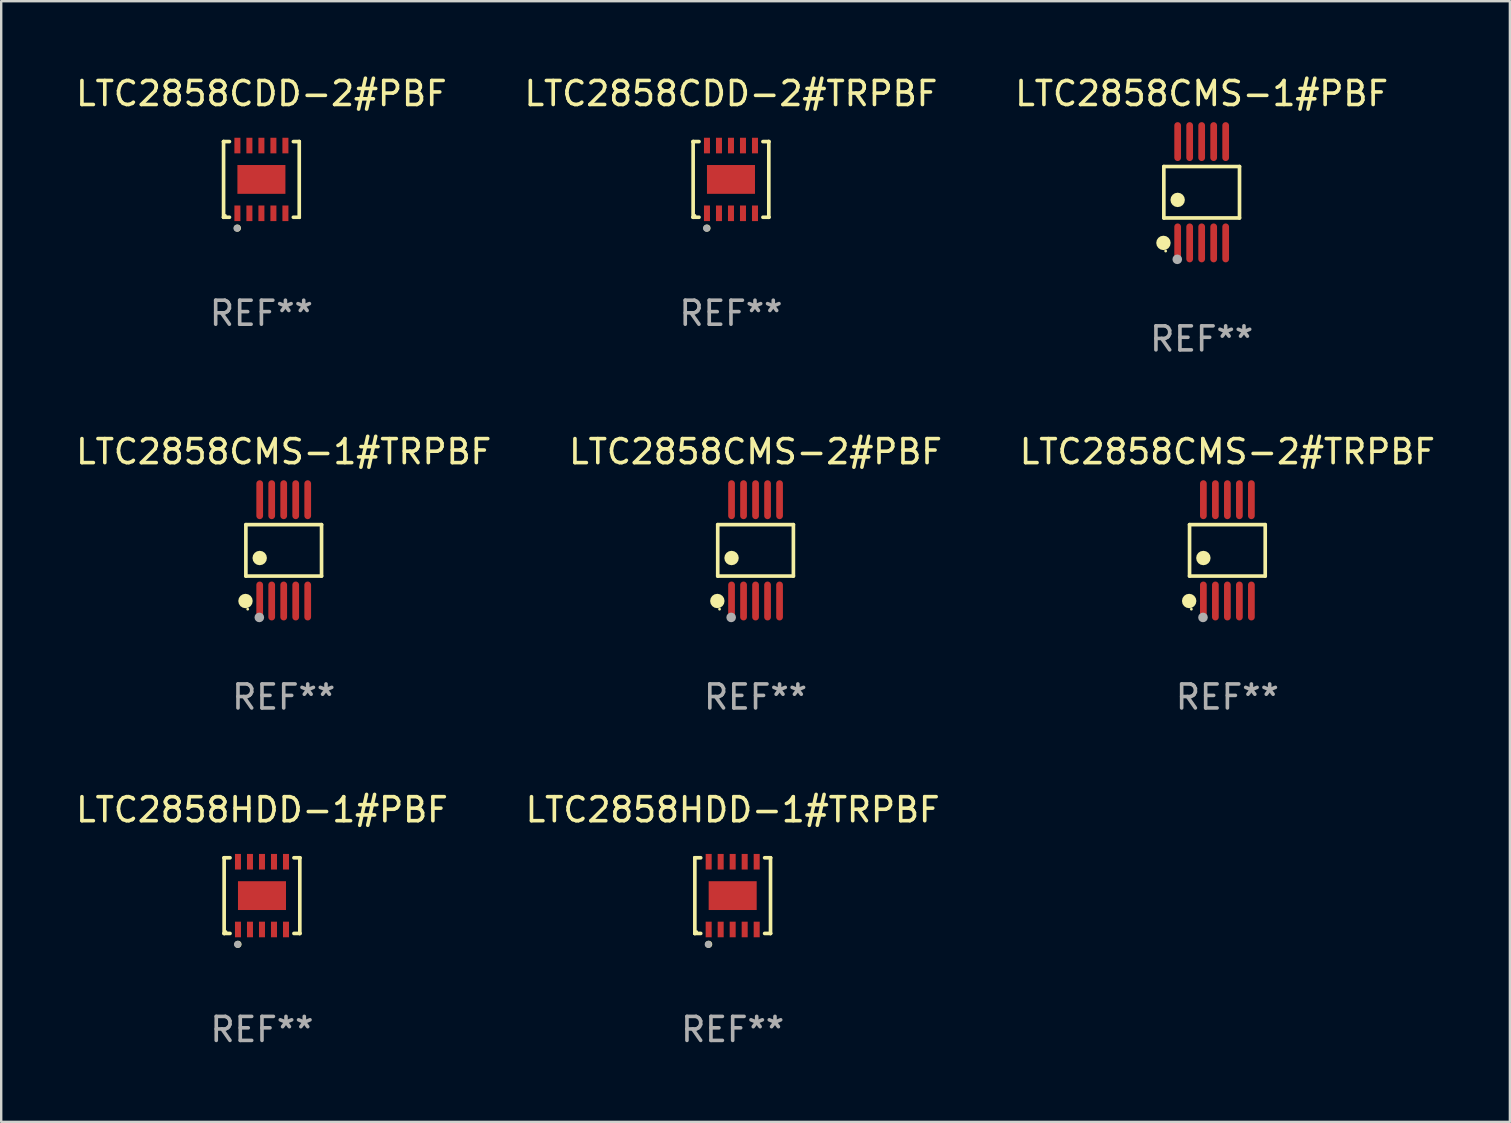
<source format=kicad_pcb>
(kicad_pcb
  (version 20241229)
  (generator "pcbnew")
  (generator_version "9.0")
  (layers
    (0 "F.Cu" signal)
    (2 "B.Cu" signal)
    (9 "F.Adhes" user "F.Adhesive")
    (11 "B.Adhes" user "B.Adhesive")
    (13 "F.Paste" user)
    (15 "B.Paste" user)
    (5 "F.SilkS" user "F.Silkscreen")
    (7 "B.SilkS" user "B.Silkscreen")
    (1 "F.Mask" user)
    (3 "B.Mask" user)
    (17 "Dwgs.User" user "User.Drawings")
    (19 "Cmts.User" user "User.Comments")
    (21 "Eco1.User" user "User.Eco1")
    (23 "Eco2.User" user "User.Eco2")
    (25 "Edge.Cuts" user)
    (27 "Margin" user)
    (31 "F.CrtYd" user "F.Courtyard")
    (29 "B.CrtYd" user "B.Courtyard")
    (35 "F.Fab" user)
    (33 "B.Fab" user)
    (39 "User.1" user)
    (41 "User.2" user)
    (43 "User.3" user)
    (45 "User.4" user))
  (footprint "LTC2858CMS-1#PBF"
    (layer "F.Cu")
    (at 47.006 4.958)
    (property "Reference" "LTC2858CMS-1#PBF" (at 0 -4.11 0) (layer "F.SilkS") (effects (font (size 1 1) (thickness 0.15))))
    (attr through_hole)
    (fp_line (start -1.576 -1.071) (end 1.576 -1.071) (stroke (width 0.152) (type solid)) (layer "F.SilkS"))
    (fp_line (start -1.576 1.071) (end -1.576 -1.071) (stroke (width 0.152) (type solid)) (layer "F.SilkS"))
    (fp_line (start 1.576 -1.071) (end 1.576 1.071) (stroke (width 0.152) (type solid)) (layer "F.SilkS"))
    (fp_line (start 1.576 1.071) (end -1.576 1.071) (stroke (width 0.152) (type solid)) (layer "F.SilkS"))
    (fp_circle (center -1.592 2.11) (end -1.442 2.11) (stroke (width 0.3) (type solid)) (fill no) (layer "F.SilkS"))
    (fp_circle (center -1.5 2.45) (end -1.47 2.45) (stroke (width 0.06) (type solid)) (fill no) (layer "F.SilkS"))
    (fp_circle (center -1 0.319) (end -0.85 0.319) (stroke (width 0.3) (type solid)) (fill no) (layer "F.SilkS"))
    (fp_circle (center -1.016 2.794) (end -0.916 2.794) (stroke (width 0.2) (type solid)) (fill no) (layer "F.Fab"))
    (fp_text user "REF**" (at 0 6.11 0) (layer "F.Fab") (effects (font (size 1 1) (thickness 0.15))))
    (pad "1" smd oval (at -1 2.11) (size 0.28 1.62) (layers "F.Cu" "F.Mask" "F.Paste"))
    (pad "2" smd oval (at -0.5 2.11) (size 0.28 1.62) (layers "F.Cu" "F.Mask" "F.Paste"))
    (pad "3" smd oval (at 0 2.11) (size 0.28 1.62) (layers "F.Cu" "F.Mask" "F.Paste"))
    (pad "4" smd oval (at 0.5 2.11) (size 0.28 1.62) (layers "F.Cu" "F.Mask" "F.Paste"))
    (pad "5" smd oval (at 1 2.11) (size 0.28 1.62) (layers "F.Cu" "F.Mask" "F.Paste"))
    (pad "6" smd oval (at 1 -2.11) (size 0.28 1.62) (layers "F.Cu" "F.Mask" "F.Paste"))
    (pad "7" smd oval (at 0.5 -2.11) (size 0.28 1.62) (layers "F.Cu" "F.Mask" "F.Paste"))
    (pad "8" smd oval (at 0 -2.11) (size 0.28 1.62) (layers "F.Cu" "F.Mask" "F.Paste"))
    (pad "9" smd oval (at -0.5 -2.11) (size 0.28 1.62) (layers "F.Cu" "F.Mask" "F.Paste"))
    (pad "10" smd oval (at -1 -2.11) (size 0.28 1.62) (layers "F.Cu" "F.Mask" "F.Paste")))
  (footprint "LTC2858CMS-2#TRPBF"
    (layer "F.Cu")
    (at 48.077 19.875)
    (property "Reference" "LTC2858CMS-2#TRPBF" (at 0 -4.11 0) (layer "F.SilkS") (effects (font (size 1 1) (thickness 0.15))))
    (attr through_hole)
    (fp_line (start -1.576 -1.071) (end 1.576 -1.071) (stroke (width 0.152) (type solid)) (layer "F.SilkS"))
    (fp_line (start -1.576 1.071) (end -1.576 -1.071) (stroke (width 0.152) (type solid)) (layer "F.SilkS"))
    (fp_line (start 1.576 -1.071) (end 1.576 1.071) (stroke (width 0.152) (type solid)) (layer "F.SilkS"))
    (fp_line (start 1.576 1.071) (end -1.576 1.071) (stroke (width 0.152) (type solid)) (layer "F.SilkS"))
    (fp_circle (center -1.592 2.11) (end -1.442 2.11) (stroke (width 0.3) (type solid)) (fill no) (layer "F.SilkS"))
    (fp_circle (center -1.5 2.45) (end -1.47 2.45) (stroke (width 0.06) (type solid)) (fill no) (layer "F.SilkS"))
    (fp_circle (center -1 0.319) (end -0.85 0.319) (stroke (width 0.3) (type solid)) (fill no) (layer "F.SilkS"))
    (fp_circle (center -1.016 2.794) (end -0.916 2.794) (stroke (width 0.2) (type solid)) (fill no) (layer "F.Fab"))
    (fp_text user "REF**" (at 0 6.11 0) (layer "F.Fab") (effects (font (size 1 1) (thickness 0.15))))
    (pad "1" smd oval (at -1 2.11) (size 0.28 1.62) (layers "F.Cu" "F.Mask" "F.Paste"))
    (pad "2" smd oval (at -0.5 2.11) (size 0.28 1.62) (layers "F.Cu" "F.Mask" "F.Paste"))
    (pad "3" smd oval (at 0 2.11) (size 0.28 1.62) (layers "F.Cu" "F.Mask" "F.Paste"))
    (pad "4" smd oval (at 0.5 2.11) (size 0.28 1.62) (layers "F.Cu" "F.Mask" "F.Paste"))
    (pad "5" smd oval (at 1 2.11) (size 0.28 1.62) (layers "F.Cu" "F.Mask" "F.Paste"))
    (pad "6" smd oval (at 1 -2.11) (size 0.28 1.62) (layers "F.Cu" "F.Mask" "F.Paste"))
    (pad "7" smd oval (at 0.5 -2.11) (size 0.28 1.62) (layers "F.Cu" "F.Mask" "F.Paste"))
    (pad "8" smd oval (at 0 -2.11) (size 0.28 1.62) (layers "F.Cu" "F.Mask" "F.Paste"))
    (pad "9" smd oval (at -0.5 -2.11) (size 0.28 1.62) (layers "F.Cu" "F.Mask" "F.Paste"))
    (pad "10" smd oval (at -1 -2.11) (size 0.28 1.62) (layers "F.Cu" "F.Mask" "F.Paste")))
  (footprint "LTC2858HDD-1#TRPBF"
    (layer "F.Cu")
    (at 27.47 34.257)
    (property "Reference" "LTC2858HDD-1#TRPBF" (at 0 -3.576 0) (layer "F.SilkS") (effects (font (size 1 1) (thickness 0.15))))
    (attr through_hole)
    (fp_line (start -1.576 -1.576) (end -1.576 -1.576) (stroke (width 0.152) (type solid)) (layer "F.SilkS"))
    (fp_line (start -1.576 -1.576) (end -1.331 -1.576) (stroke (width 0.152) (type solid)) (layer "F.SilkS"))
    (fp_line (start -1.576 1.576) (end -1.576 -1.576) (stroke (width 0.152) (type solid)) (layer "F.SilkS"))
    (fp_line (start -1.576 1.576) (end -1.576 1.576) (stroke (width 0.152) (type solid)) (layer "F.SilkS"))
    (fp_line (start -1.331 1.576) (end -1.576 1.576) (stroke (width 0.152) (type solid)) (layer "F.SilkS"))
    (fp_line (start 1.331 1.576) (end 1.576 1.576) (stroke (width 0.152) (type solid)) (layer "F.SilkS"))
    (fp_line (start 1.576 -1.576) (end 1.331 -1.576) (stroke (width 0.152) (type solid)) (layer "F.SilkS"))
    (fp_line (start 1.576 -1.576) (end 1.576 -1.576) (stroke (width 0.152) (type solid)) (layer "F.SilkS"))
    (fp_line (start 1.576 1.576) (end 1.576 -1.576) (stroke (width 0.152) (type solid)) (layer "F.SilkS"))
    (fp_line (start 1.576 1.576) (end 1.576 1.576) (stroke (width 0.152) (type solid)) (layer "F.SilkS"))
    (fp_circle (center -1.5 1.5) (end -1.47 1.5) (stroke (width 0.06) (type solid)) (fill no) (layer "F.SilkS"))
    (fp_circle (center -1 2.028) (end -0.925 2.028) (stroke (width 0.15) (type solid)) (fill no) (layer "F.SilkS"))
    (fp_circle (center -1.016 2.032) (end -0.941 2.032) (stroke (width 0.15) (type solid)) (fill no) (layer "F.Fab"))
    (fp_text user "REF**" (at 0 5.576 0) (layer "F.Fab") (effects (font (size 1 1) (thickness 0.15))))
    (pad "1" smd rect (at -1 1.411) (size 0.25 0.65) (layers "F.Cu" "F.Mask" "F.Paste"))
    (pad "2" smd rect (at -0.5 1.411) (size 0.25 0.65) (layers "F.Cu" "F.Mask" "F.Paste"))
    (pad "3" smd rect (at 0 1.411) (size 0.25 0.65) (layers "F.Cu" "F.Mask" "F.Paste"))
    (pad "4" smd rect (at 0.5 1.411) (size 0.25 0.65) (layers "F.Cu" "F.Mask" "F.Paste"))
    (pad "5" smd rect (at 1 1.411) (size 0.25 0.65) (layers "F.Cu" "F.Mask" "F.Paste"))
    (pad "6" smd rect (at 1 -1.411) (size 0.25 0.65) (layers "F.Cu" "F.Mask" "F.Paste"))
    (pad "7" smd rect (at 0.5 -1.411) (size 0.25 0.65) (layers "F.Cu" "F.Mask" "F.Paste"))
    (pad "8" smd rect (at 0 -1.411) (size 0.25 0.65) (layers "F.Cu" "F.Mask" "F.Paste"))
    (pad "9" smd rect (at -0.5 -1.411) (size 0.25 0.65) (layers "F.Cu" "F.Mask" "F.Paste"))
    (pad "10" smd rect (at -1 -1.411) (size 0.25 0.65) (layers "F.Cu" "F.Mask" "F.Paste"))
    (pad "11" smd rect (at 0 0) (size 2 1.2) (layers "F.Cu" "F.Mask" "F.Paste")))
  (footprint "LTC2858CDD-2#PBF"
    (layer "F.Cu")
    (at 7.839 4.424)
    (property "Reference" "LTC2858CDD-2#PBF" (at 0 -3.576 0) (layer "F.SilkS") (effects (font (size 1 1) (thickness 0.15))))
    (attr through_hole)
    (fp_line (start -1.576 -1.576) (end -1.576 -1.576) (stroke (width 0.152) (type solid)) (layer "F.SilkS"))
    (fp_line (start -1.576 -1.576) (end -1.331 -1.576) (stroke (width 0.152) (type solid)) (layer "F.SilkS"))
    (fp_line (start -1.576 1.576) (end -1.576 -1.576) (stroke (width 0.152) (type solid)) (layer "F.SilkS"))
    (fp_line (start -1.576 1.576) (end -1.576 1.576) (stroke (width 0.152) (type solid)) (layer "F.SilkS"))
    (fp_line (start -1.331 1.576) (end -1.576 1.576) (stroke (width 0.152) (type solid)) (layer "F.SilkS"))
    (fp_line (start 1.331 1.576) (end 1.576 1.576) (stroke (width 0.152) (type solid)) (layer "F.SilkS"))
    (fp_line (start 1.576 -1.576) (end 1.331 -1.576) (stroke (width 0.152) (type solid)) (layer "F.SilkS"))
    (fp_line (start 1.576 -1.576) (end 1.576 -1.576) (stroke (width 0.152) (type solid)) (layer "F.SilkS"))
    (fp_line (start 1.576 1.576) (end 1.576 -1.576) (stroke (width 0.152) (type solid)) (layer "F.SilkS"))
    (fp_line (start 1.576 1.576) (end 1.576 1.576) (stroke (width 0.152) (type solid)) (layer "F.SilkS"))
    (fp_circle (center -1.5 1.5) (end -1.47 1.5) (stroke (width 0.06) (type solid)) (fill no) (layer "F.SilkS"))
    (fp_circle (center -1 2.028) (end -0.925 2.028) (stroke (width 0.15) (type solid)) (fill no) (layer "F.SilkS"))
    (fp_circle (center -1.016 2.032) (end -0.941 2.032) (stroke (width 0.15) (type solid)) (fill no) (layer "F.Fab"))
    (fp_text user "REF**" (at 0 5.576 0) (layer "F.Fab") (effects (font (size 1 1) (thickness 0.15))))
    (pad "1" smd rect (at -1 1.411) (size 0.25 0.65) (layers "F.Cu" "F.Mask" "F.Paste"))
    (pad "2" smd rect (at -0.5 1.411) (size 0.25 0.65) (layers "F.Cu" "F.Mask" "F.Paste"))
    (pad "3" smd rect (at 0 1.411) (size 0.25 0.65) (layers "F.Cu" "F.Mask" "F.Paste"))
    (pad "4" smd rect (at 0.5 1.411) (size 0.25 0.65) (layers "F.Cu" "F.Mask" "F.Paste"))
    (pad "5" smd rect (at 1 1.411) (size 0.25 0.65) (layers "F.Cu" "F.Mask" "F.Paste"))
    (pad "6" smd rect (at 1 -1.411) (size 0.25 0.65) (layers "F.Cu" "F.Mask" "F.Paste"))
    (pad "7" smd rect (at 0.5 -1.411) (size 0.25 0.65) (layers "F.Cu" "F.Mask" "F.Paste"))
    (pad "8" smd rect (at 0 -1.411) (size 0.25 0.65) (layers "F.Cu" "F.Mask" "F.Paste"))
    (pad "9" smd rect (at -0.5 -1.411) (size 0.25 0.65) (layers "F.Cu" "F.Mask" "F.Paste"))
    (pad "10" smd rect (at -1 -1.411) (size 0.25 0.65) (layers "F.Cu" "F.Mask" "F.Paste"))
    (pad "11" smd rect (at 0 0) (size 2 1.2) (layers "F.Cu" "F.Mask" "F.Paste")))
  (footprint "LTC2858HDD-1#PBF"
    (layer "F.Cu")
    (at 7.863 34.257)
    (property "Reference" "LTC2858HDD-1#PBF" (at 0 -3.576 0) (layer "F.SilkS") (effects (font (size 1 1) (thickness 0.15))))
    (attr through_hole)
    (fp_line (start -1.576 -1.576) (end -1.576 -1.576) (stroke (width 0.152) (type solid)) (layer "F.SilkS"))
    (fp_line (start -1.576 -1.576) (end -1.331 -1.576) (stroke (width 0.152) (type solid)) (layer "F.SilkS"))
    (fp_line (start -1.576 1.576) (end -1.576 -1.576) (stroke (width 0.152) (type solid)) (layer "F.SilkS"))
    (fp_line (start -1.576 1.576) (end -1.576 1.576) (stroke (width 0.152) (type solid)) (layer "F.SilkS"))
    (fp_line (start -1.331 1.576) (end -1.576 1.576) (stroke (width 0.152) (type solid)) (layer "F.SilkS"))
    (fp_line (start 1.331 1.576) (end 1.576 1.576) (stroke (width 0.152) (type solid)) (layer "F.SilkS"))
    (fp_line (start 1.576 -1.576) (end 1.331 -1.576) (stroke (width 0.152) (type solid)) (layer "F.SilkS"))
    (fp_line (start 1.576 -1.576) (end 1.576 -1.576) (stroke (width 0.152) (type solid)) (layer "F.SilkS"))
    (fp_line (start 1.576 1.576) (end 1.576 -1.576) (stroke (width 0.152) (type solid)) (layer "F.SilkS"))
    (fp_line (start 1.576 1.576) (end 1.576 1.576) (stroke (width 0.152) (type solid)) (layer "F.SilkS"))
    (fp_circle (center -1.5 1.5) (end -1.47 1.5) (stroke (width 0.06) (type solid)) (fill no) (layer "F.SilkS"))
    (fp_circle (center -1 2.028) (end -0.925 2.028) (stroke (width 0.15) (type solid)) (fill no) (layer "F.SilkS"))
    (fp_circle (center -1.016 2.032) (end -0.941 2.032) (stroke (width 0.15) (type solid)) (fill no) (layer "F.Fab"))
    (fp_text user "REF**" (at 0 5.576 0) (layer "F.Fab") (effects (font (size 1 1) (thickness 0.15))))
    (pad "1" smd rect (at -1 1.411) (size 0.25 0.65) (layers "F.Cu" "F.Mask" "F.Paste"))
    (pad "2" smd rect (at -0.5 1.411) (size 0.25 0.65) (layers "F.Cu" "F.Mask" "F.Paste"))
    (pad "3" smd rect (at 0 1.411) (size 0.25 0.65) (layers "F.Cu" "F.Mask" "F.Paste"))
    (pad "4" smd rect (at 0.5 1.411) (size 0.25 0.65) (layers "F.Cu" "F.Mask" "F.Paste"))
    (pad "5" smd rect (at 1 1.411) (size 0.25 0.65) (layers "F.Cu" "F.Mask" "F.Paste"))
    (pad "6" smd rect (at 1 -1.411) (size 0.25 0.65) (layers "F.Cu" "F.Mask" "F.Paste"))
    (pad "7" smd rect (at 0.5 -1.411) (size 0.25 0.65) (layers "F.Cu" "F.Mask" "F.Paste"))
    (pad "8" smd rect (at 0 -1.411) (size 0.25 0.65) (layers "F.Cu" "F.Mask" "F.Paste"))
    (pad "9" smd rect (at -0.5 -1.411) (size 0.25 0.65) (layers "F.Cu" "F.Mask" "F.Paste"))
    (pad "10" smd rect (at -1 -1.411) (size 0.25 0.65) (layers "F.Cu" "F.Mask" "F.Paste"))
    (pad "11" smd rect (at 0 0) (size 2 1.2) (layers "F.Cu" "F.Mask" "F.Paste")))
  (footprint "LTC2858CMS-1#TRPBF"
    (layer "F.Cu")
    (at 8.768 19.875)
    (property "Reference" "LTC2858CMS-1#TRPBF" (at 0 -4.11 0) (layer "F.SilkS") (effects (font (size 1 1) (thickness 0.15))))
    (attr through_hole)
    (fp_line (start -1.576 -1.071) (end 1.576 -1.071) (stroke (width 0.152) (type solid)) (layer "F.SilkS"))
    (fp_line (start -1.576 1.071) (end -1.576 -1.071) (stroke (width 0.152) (type solid)) (layer "F.SilkS"))
    (fp_line (start 1.576 -1.071) (end 1.576 1.071) (stroke (width 0.152) (type solid)) (layer "F.SilkS"))
    (fp_line (start 1.576 1.071) (end -1.576 1.071) (stroke (width 0.152) (type solid)) (layer "F.SilkS"))
    (fp_circle (center -1.592 2.11) (end -1.442 2.11) (stroke (width 0.3) (type solid)) (fill no) (layer "F.SilkS"))
    (fp_circle (center -1.5 2.45) (end -1.47 2.45) (stroke (width 0.06) (type solid)) (fill no) (layer "F.SilkS"))
    (fp_circle (center -1 0.319) (end -0.85 0.319) (stroke (width 0.3) (type solid)) (fill no) (layer "F.SilkS"))
    (fp_circle (center -1.016 2.794) (end -0.916 2.794) (stroke (width 0.2) (type solid)) (fill no) (layer "F.Fab"))
    (fp_text user "REF**" (at 0 6.11 0) (layer "F.Fab") (effects (font (size 1 1) (thickness 0.15))))
    (pad "1" smd oval (at -1 2.11) (size 0.28 1.62) (layers "F.Cu" "F.Mask" "F.Paste"))
    (pad "2" smd oval (at -0.5 2.11) (size 0.28 1.62) (layers "F.Cu" "F.Mask" "F.Paste"))
    (pad "3" smd oval (at 0 2.11) (size 0.28 1.62) (layers "F.Cu" "F.Mask" "F.Paste"))
    (pad "4" smd oval (at 0.5 2.11) (size 0.28 1.62) (layers "F.Cu" "F.Mask" "F.Paste"))
    (pad "5" smd oval (at 1 2.11) (size 0.28 1.62) (layers "F.Cu" "F.Mask" "F.Paste"))
    (pad "6" smd oval (at 1 -2.11) (size 0.28 1.62) (layers "F.Cu" "F.Mask" "F.Paste"))
    (pad "7" smd oval (at 0.5 -2.11) (size 0.28 1.62) (layers "F.Cu" "F.Mask" "F.Paste"))
    (pad "8" smd oval (at 0 -2.11) (size 0.28 1.62) (layers "F.Cu" "F.Mask" "F.Paste"))
    (pad "9" smd oval (at -0.5 -2.11) (size 0.28 1.62) (layers "F.Cu" "F.Mask" "F.Paste"))
    (pad "10" smd oval (at -1 -2.11) (size 0.28 1.62) (layers "F.Cu" "F.Mask" "F.Paste")))
  (footprint "LTC2858CDD-2#TRPBF"
    (layer "F.Cu")
    (at 27.399 4.424)
    (property "Reference" "LTC2858CDD-2#TRPBF" (at 0 -3.576 0) (layer "F.SilkS") (effects (font (size 1 1) (thickness 0.15))))
    (attr through_hole)
    (fp_line (start -1.576 -1.576) (end -1.576 -1.576) (stroke (width 0.152) (type solid)) (layer "F.SilkS"))
    (fp_line (start -1.576 -1.576) (end -1.331 -1.576) (stroke (width 0.152) (type solid)) (layer "F.SilkS"))
    (fp_line (start -1.576 1.576) (end -1.576 -1.576) (stroke (width 0.152) (type solid)) (layer "F.SilkS"))
    (fp_line (start -1.576 1.576) (end -1.576 1.576) (stroke (width 0.152) (type solid)) (layer "F.SilkS"))
    (fp_line (start -1.331 1.576) (end -1.576 1.576) (stroke (width 0.152) (type solid)) (layer "F.SilkS"))
    (fp_line (start 1.331 1.576) (end 1.576 1.576) (stroke (width 0.152) (type solid)) (layer "F.SilkS"))
    (fp_line (start 1.576 -1.576) (end 1.331 -1.576) (stroke (width 0.152) (type solid)) (layer "F.SilkS"))
    (fp_line (start 1.576 -1.576) (end 1.576 -1.576) (stroke (width 0.152) (type solid)) (layer "F.SilkS"))
    (fp_line (start 1.576 1.576) (end 1.576 -1.576) (stroke (width 0.152) (type solid)) (layer "F.SilkS"))
    (fp_line (start 1.576 1.576) (end 1.576 1.576) (stroke (width 0.152) (type solid)) (layer "F.SilkS"))
    (fp_circle (center -1.5 1.5) (end -1.47 1.5) (stroke (width 0.06) (type solid)) (fill no) (layer "F.SilkS"))
    (fp_circle (center -1 2.028) (end -0.925 2.028) (stroke (width 0.15) (type solid)) (fill no) (layer "F.SilkS"))
    (fp_circle (center -1.016 2.032) (end -0.941 2.032) (stroke (width 0.15) (type solid)) (fill no) (layer "F.Fab"))
    (fp_text user "REF**" (at 0 5.576 0) (layer "F.Fab") (effects (font (size 1 1) (thickness 0.15))))
    (pad "1" smd rect (at -1 1.411) (size 0.25 0.65) (layers "F.Cu" "F.Mask" "F.Paste"))
    (pad "2" smd rect (at -0.5 1.411) (size 0.25 0.65) (layers "F.Cu" "F.Mask" "F.Paste"))
    (pad "3" smd rect (at 0 1.411) (size 0.25 0.65) (layers "F.Cu" "F.Mask" "F.Paste"))
    (pad "4" smd rect (at 0.5 1.411) (size 0.25 0.65) (layers "F.Cu" "F.Mask" "F.Paste"))
    (pad "5" smd rect (at 1 1.411) (size 0.25 0.65) (layers "F.Cu" "F.Mask" "F.Paste"))
    (pad "6" smd rect (at 1 -1.411) (size 0.25 0.65) (layers "F.Cu" "F.Mask" "F.Paste"))
    (pad "7" smd rect (at 0.5 -1.411) (size 0.25 0.65) (layers "F.Cu" "F.Mask" "F.Paste"))
    (pad "8" smd rect (at 0 -1.411) (size 0.25 0.65) (layers "F.Cu" "F.Mask" "F.Paste"))
    (pad "9" smd rect (at -0.5 -1.411) (size 0.25 0.65) (layers "F.Cu" "F.Mask" "F.Paste"))
    (pad "10" smd rect (at -1 -1.411) (size 0.25 0.65) (layers "F.Cu" "F.Mask" "F.Paste"))
    (pad "11" smd rect (at 0 0) (size 2 1.2) (layers "F.Cu" "F.Mask" "F.Paste")))
  (footprint "LTC2858CMS-2#PBF"
    (layer "F.Cu")
    (at 28.423 19.875)
    (property "Reference" "LTC2858CMS-2#PBF" (at 0 -4.11 0) (layer "F.SilkS") (effects (font (size 1 1) (thickness 0.15))))
    (attr through_hole)
    (fp_line (start -1.576 -1.071) (end 1.576 -1.071) (stroke (width 0.152) (type solid)) (layer "F.SilkS"))
    (fp_line (start -1.576 1.071) (end -1.576 -1.071) (stroke (width 0.152) (type solid)) (layer "F.SilkS"))
    (fp_line (start 1.576 -1.071) (end 1.576 1.071) (stroke (width 0.152) (type solid)) (layer "F.SilkS"))
    (fp_line (start 1.576 1.071) (end -1.576 1.071) (stroke (width 0.152) (type solid)) (layer "F.SilkS"))
    (fp_circle (center -1.592 2.11) (end -1.442 2.11) (stroke (width 0.3) (type solid)) (fill no) (layer "F.SilkS"))
    (fp_circle (center -1.5 2.45) (end -1.47 2.45) (stroke (width 0.06) (type solid)) (fill no) (layer "F.SilkS"))
    (fp_circle (center -1 0.319) (end -0.85 0.319) (stroke (width 0.3) (type solid)) (fill no) (layer "F.SilkS"))
    (fp_circle (center -1.016 2.794) (end -0.916 2.794) (stroke (width 0.2) (type solid)) (fill no) (layer "F.Fab"))
    (fp_text user "REF**" (at 0 6.11 0) (layer "F.Fab") (effects (font (size 1 1) (thickness 0.15))))
    (pad "1" smd oval (at -1 2.11) (size 0.28 1.62) (layers "F.Cu" "F.Mask" "F.Paste"))
    (pad "2" smd oval (at -0.5 2.11) (size 0.28 1.62) (layers "F.Cu" "F.Mask" "F.Paste"))
    (pad "3" smd oval (at 0 2.11) (size 0.28 1.62) (layers "F.Cu" "F.Mask" "F.Paste"))
    (pad "4" smd oval (at 0.5 2.11) (size 0.28 1.62) (layers "F.Cu" "F.Mask" "F.Paste"))
    (pad "5" smd oval (at 1 2.11) (size 0.28 1.62) (layers "F.Cu" "F.Mask" "F.Paste"))
    (pad "6" smd oval (at 1 -2.11) (size 0.28 1.62) (layers "F.Cu" "F.Mask" "F.Paste"))
    (pad "7" smd oval (at 0.5 -2.11) (size 0.28 1.62) (layers "F.Cu" "F.Mask" "F.Paste"))
    (pad "8" smd oval (at 0 -2.11) (size 0.28 1.62) (layers "F.Cu" "F.Mask" "F.Paste"))
    (pad "9" smd oval (at -0.5 -2.11) (size 0.28 1.62) (layers "F.Cu" "F.Mask" "F.Paste"))
    (pad "10" smd oval (at -1 -2.11) (size 0.28 1.62) (layers "F.Cu" "F.Mask" "F.Paste")))
  (gr_rect
    (start -3 -3)
    (end 59.845 43.682)
    (stroke (width 0.1) (type default))
    (fill no)
    (layer "Edge.Cuts")))
</source>
